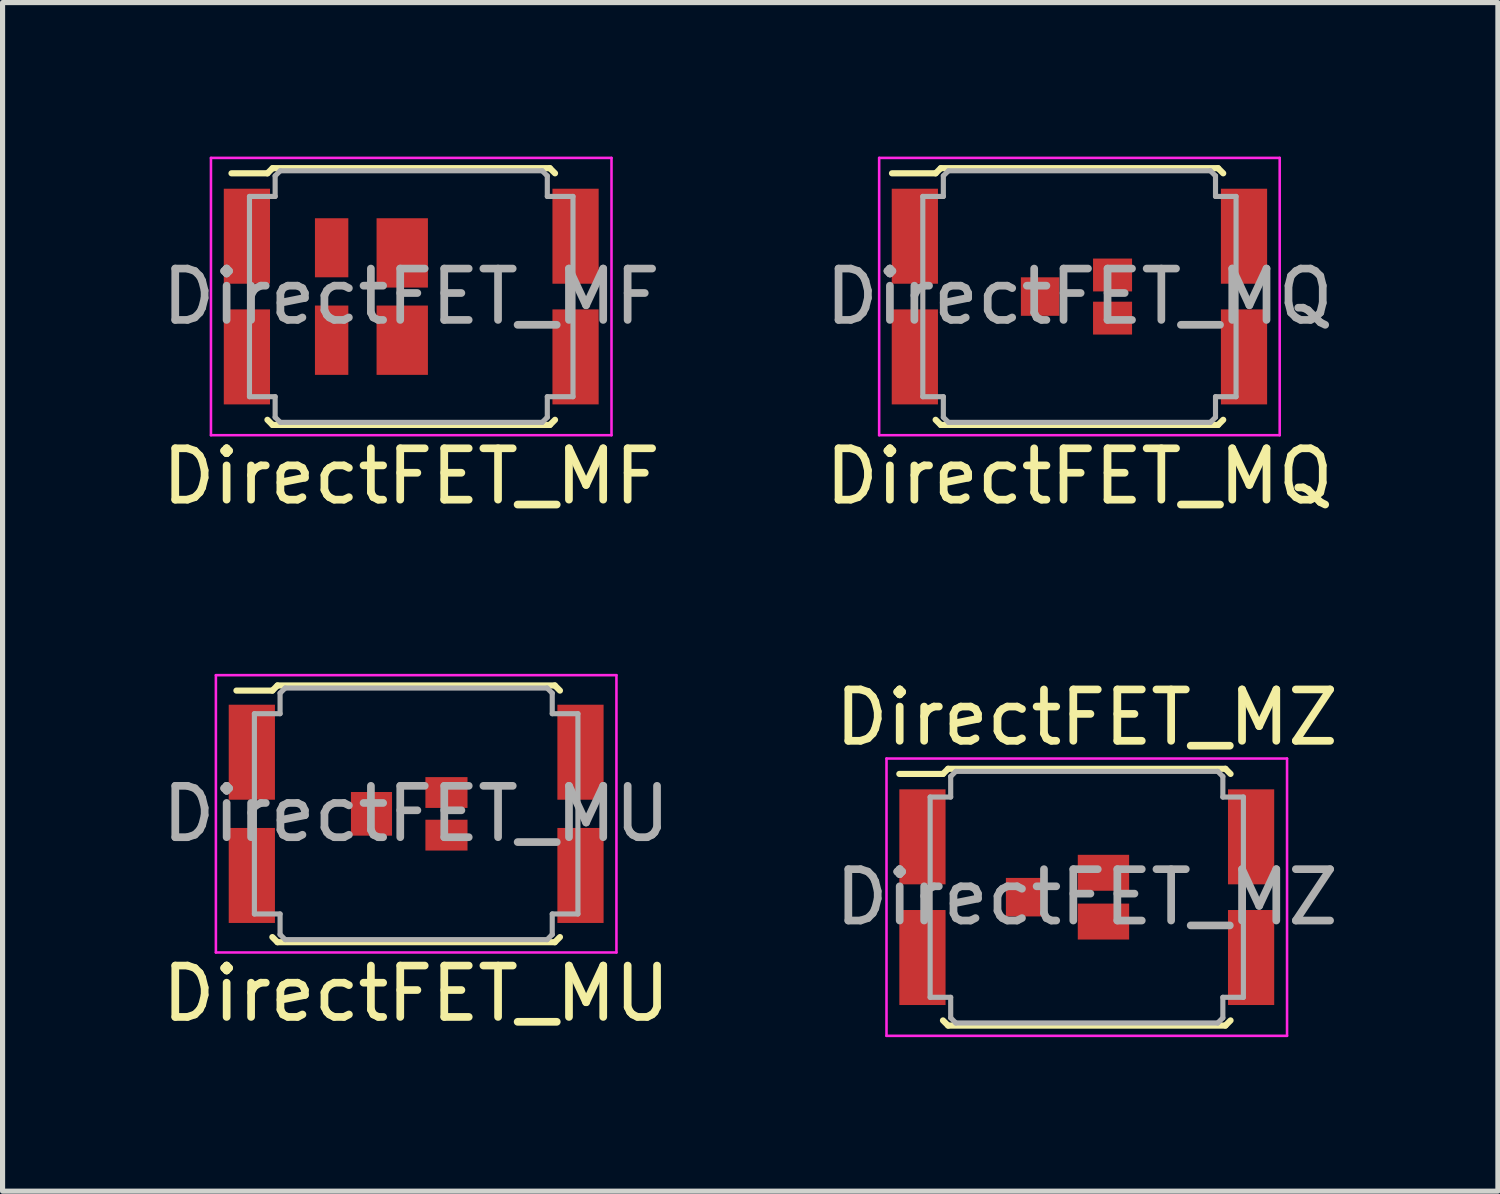
<source format=kicad_pcb>
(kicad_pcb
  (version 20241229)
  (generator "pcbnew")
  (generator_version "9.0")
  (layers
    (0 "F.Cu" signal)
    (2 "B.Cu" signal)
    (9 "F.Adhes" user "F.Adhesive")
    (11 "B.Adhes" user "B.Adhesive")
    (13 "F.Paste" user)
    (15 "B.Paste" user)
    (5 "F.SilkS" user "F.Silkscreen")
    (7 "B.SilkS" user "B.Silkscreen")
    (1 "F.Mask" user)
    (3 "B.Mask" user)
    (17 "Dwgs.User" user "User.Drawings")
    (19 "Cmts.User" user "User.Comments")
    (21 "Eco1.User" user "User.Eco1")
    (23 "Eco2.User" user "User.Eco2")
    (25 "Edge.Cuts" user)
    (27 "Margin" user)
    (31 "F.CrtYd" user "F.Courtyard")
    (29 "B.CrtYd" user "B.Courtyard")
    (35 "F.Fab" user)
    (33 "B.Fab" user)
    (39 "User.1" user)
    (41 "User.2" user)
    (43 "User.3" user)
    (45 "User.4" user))
  (footprint "DirectFET_MU"
    (layer "F.Cu")
    (at 5.054 12.798)
    (property "Reference" "DirectFET_MU" (at 0 3.5 0) (layer "F.SilkS") (effects (font (size 1 1) (thickness 0.15))))
    (attr smd)
    (fp_line (start -3.5 -2.4) (end -2.8 -2.4) (stroke (width 0.12) (type solid)) (layer "F.SilkS"))
    (fp_line (start -2.8 -2.4) (end -2.7 -2.5) (stroke (width 0.12) (type solid)) (layer "F.SilkS"))
    (fp_line (start -2.7 -2.5) (end 2.7 -2.5) (stroke (width 0.12) (type solid)) (layer "F.SilkS"))
    (fp_line (start -2.7 2.5) (end -2.8 2.4) (stroke (width 0.12) (type solid)) (layer "F.SilkS"))
    (fp_line (start 2.7 -2.5) (end 2.8 -2.4) (stroke (width 0.12) (type solid)) (layer "F.SilkS"))
    (fp_line (start 2.7 2.5) (end -2.7 2.5) (stroke (width 0.12) (type solid)) (layer "F.SilkS"))
    (fp_line (start 2.8 2.4) (end 2.7 2.5) (stroke (width 0.12) (type solid)) (layer "F.SilkS"))
    (fp_line (start -3.9 -2.7) (end -3.9 2.7) (stroke (width 0.05) (type solid)) (layer "F.CrtYd"))
    (fp_line (start -3.9 2.7) (end 3.9 2.7) (stroke (width 0.05) (type solid)) (layer "F.CrtYd"))
    (fp_line (start 3.9 -2.7) (end -3.9 -2.7) (stroke (width 0.05) (type solid)) (layer "F.CrtYd"))
    (fp_line (start 3.9 2.7) (end 3.9 -2.7) (stroke (width 0.05) (type solid)) (layer "F.CrtYd"))
    (fp_line (start -3.15 -1.95) (end -2.65 -1.95) (stroke (width 0.1) (type solid)) (layer "F.Fab"))
    (fp_line (start -3.15 1.95) (end -3.15 -1.95) (stroke (width 0.1) (type solid)) (layer "F.Fab"))
    (fp_line (start -3.15 1.95) (end -2.65 1.95) (stroke (width 0.1) (type solid)) (layer "F.Fab"))
    (fp_line (start -2.65 -2.35) (end -2.55 -2.45) (stroke (width 0.1) (type solid)) (layer "F.Fab"))
    (fp_line (start -2.65 -1.95) (end -2.65 -2.35) (stroke (width 0.1) (type solid)) (layer "F.Fab"))
    (fp_line (start -2.65 1.95) (end -2.65 2.35) (stroke (width 0.1) (type solid)) (layer "F.Fab"))
    (fp_line (start -2.65 2.35) (end -2.55 2.45) (stroke (width 0.1) (type solid)) (layer "F.Fab"))
    (fp_line (start -2.55 2.45) (end 2.55 2.45) (stroke (width 0.1) (type solid)) (layer "F.Fab"))
    (fp_line (start 2.55 -2.45) (end -2.55 -2.45) (stroke (width 0.1) (type solid)) (layer "F.Fab"))
    (fp_line (start 2.55 -2.45) (end 2.65 -2.35) (stroke (width 0.1) (type solid)) (layer "F.Fab"))
    (fp_line (start 2.65 -2.35) (end 2.65 -1.95) (stroke (width 0.1) (type solid)) (layer "F.Fab"))
    (fp_line (start 2.65 -1.95) (end 3.15 -1.95) (stroke (width 0.1) (type solid)) (layer "F.Fab"))
    (fp_line (start 2.65 1.95) (end 2.65 2.35) (stroke (width 0.1) (type solid)) (layer "F.Fab"))
    (fp_line (start 2.65 2.35) (end 2.55 2.45) (stroke (width 0.1) (type solid)) (layer "F.Fab"))
    (fp_line (start 3.15 -1.95) (end 3.15 1.95) (stroke (width 0.1) (type solid)) (layer "F.Fab"))
    (fp_line (start 3.15 1.95) (end 2.65 1.95) (stroke (width 0.1) (type solid)) (layer "F.Fab"))
    (fp_text user "${REFERENCE}" (at 0 0 0) (layer "F.Fab") (effects (font (size 1 1) (thickness 0.15))))
    (pad "1" smd rect (at -3.2 -1.2) (size 0.9 1.85) (layers "F.Cu" "F.Mask" "F.Paste"))
    (pad "1" smd rect (at -3.2 1.2) (size 0.9 1.85) (layers "F.Cu" "F.Mask" "F.Paste"))
    (pad "1" smd rect (at 3.2 -1.2) (size 0.9 1.85) (layers "F.Cu" "F.Mask" "F.Paste"))
    (pad "1" smd rect (at 3.2 1.2) (size 0.9 1.85) (layers "F.Cu" "F.Mask" "F.Paste"))
    (pad "2" smd rect (at -0.87 0) (size 0.8 0.85) (layers "F.Cu" "F.Mask" "F.Paste"))
    (pad "3" smd rect (at 0.59 -0.415) (size 0.82 0.6) (layers "F.Cu" "F.Mask" "F.Paste"))
    (pad "3" smd rect (at 0.59 0.415) (size 0.82 0.6) (layers "F.Cu" "F.Mask" "F.Paste")))
  (footprint "DirectFET_MF"
    (layer "F.Cu")
    (at 4.958 2.725)
    (property "Reference" "DirectFET_MF" (at 0 3.5 0) (layer "F.SilkS") (effects (font (size 1 1) (thickness 0.15))))
    (attr smd)
    (fp_line (start -3.5 -2.4) (end -2.8 -2.4) (stroke (width 0.12) (type solid)) (layer "F.SilkS"))
    (fp_line (start -2.8 -2.4) (end -2.7 -2.5) (stroke (width 0.12) (type solid)) (layer "F.SilkS"))
    (fp_line (start -2.7 -2.5) (end 2.7 -2.5) (stroke (width 0.12) (type solid)) (layer "F.SilkS"))
    (fp_line (start -2.7 2.5) (end -2.8 2.4) (stroke (width 0.12) (type solid)) (layer "F.SilkS"))
    (fp_line (start 2.7 -2.5) (end 2.8 -2.4) (stroke (width 0.12) (type solid)) (layer "F.SilkS"))
    (fp_line (start 2.7 2.5) (end -2.7 2.5) (stroke (width 0.12) (type solid)) (layer "F.SilkS"))
    (fp_line (start 2.8 2.4) (end 2.7 2.5) (stroke (width 0.12) (type solid)) (layer "F.SilkS"))
    (fp_line (start -3.9 -2.7) (end -3.9 2.7) (stroke (width 0.05) (type solid)) (layer "F.CrtYd"))
    (fp_line (start -3.9 2.7) (end 3.9 2.7) (stroke (width 0.05) (type solid)) (layer "F.CrtYd"))
    (fp_line (start 3.9 -2.7) (end -3.9 -2.7) (stroke (width 0.05) (type solid)) (layer "F.CrtYd"))
    (fp_line (start 3.9 2.7) (end 3.9 -2.7) (stroke (width 0.05) (type solid)) (layer "F.CrtYd"))
    (fp_line (start -3.15 -1.95) (end -2.65 -1.95) (stroke (width 0.1) (type solid)) (layer "F.Fab"))
    (fp_line (start -3.15 1.95) (end -3.15 -1.95) (stroke (width 0.1) (type solid)) (layer "F.Fab"))
    (fp_line (start -3.15 1.95) (end -2.65 1.95) (stroke (width 0.1) (type solid)) (layer "F.Fab"))
    (fp_line (start -2.65 -2.35) (end -2.55 -2.45) (stroke (width 0.1) (type solid)) (layer "F.Fab"))
    (fp_line (start -2.65 -1.95) (end -2.65 -2.35) (stroke (width 0.1) (type solid)) (layer "F.Fab"))
    (fp_line (start -2.65 1.95) (end -2.65 2.35) (stroke (width 0.1) (type solid)) (layer "F.Fab"))
    (fp_line (start -2.65 2.35) (end -2.55 2.45) (stroke (width 0.1) (type solid)) (layer "F.Fab"))
    (fp_line (start -2.55 2.45) (end 2.55 2.45) (stroke (width 0.1) (type solid)) (layer "F.Fab"))
    (fp_line (start 2.55 -2.45) (end -2.55 -2.45) (stroke (width 0.1) (type solid)) (layer "F.Fab"))
    (fp_line (start 2.55 -2.45) (end 2.65 -2.35) (stroke (width 0.1) (type solid)) (layer "F.Fab"))
    (fp_line (start 2.65 -2.35) (end 2.65 -1.95) (stroke (width 0.1) (type solid)) (layer "F.Fab"))
    (fp_line (start 2.65 -1.95) (end 3.15 -1.95) (stroke (width 0.1) (type solid)) (layer "F.Fab"))
    (fp_line (start 2.65 1.95) (end 2.65 2.35) (stroke (width 0.1) (type solid)) (layer "F.Fab"))
    (fp_line (start 2.65 2.35) (end 2.55 2.45) (stroke (width 0.1) (type solid)) (layer "F.Fab"))
    (fp_line (start 3.15 -1.95) (end 3.15 1.95) (stroke (width 0.1) (type solid)) (layer "F.Fab"))
    (fp_line (start 3.15 1.95) (end 2.65 1.95) (stroke (width 0.1) (type solid)) (layer "F.Fab"))
    (fp_text user "${REFERENCE}" (at 0 0 0) (layer "F.Fab") (effects (font (size 1 1) (thickness 0.15))))
    (pad "1" smd rect (at -3.2 -1.175) (size 0.9 1.85) (layers "F.Cu" "F.Mask" "F.Paste"))
    (pad "1" smd rect (at -3.2 1.175) (size 0.9 1.85) (layers "F.Cu" "F.Mask" "F.Paste"))
    (pad "1" smd rect (at 3.2 -1.175) (size 0.9 1.85) (layers "F.Cu" "F.Mask" "F.Paste"))
    (pad "1" smd rect (at 3.2 1.175) (size 0.9 1.85) (layers "F.Cu" "F.Mask" "F.Paste"))
    (pad "2" smd rect (at -1.55 -0.95) (size 0.65 1.15) (layers "F.Cu" "F.Mask" "F.Paste"))
    (pad "3" smd rect (at -1.55 0.85) (size 0.65 1.35) (layers "F.Cu" "F.Mask" "F.Paste"))
    (pad "3" smd rect (at -0.175 -0.85) (size 1 1.35) (layers "F.Cu" "F.Mask" "F.Paste"))
    (pad "3" smd rect (at -0.175 0.85) (size 1 1.35) (layers "F.Cu" "F.Mask" "F.Paste")))
  (footprint "DirectFET_MQ"
    (layer "F.Cu")
    (at 17.97 2.725)
    (property "Reference" "DirectFET_MQ" (at 0 3.5 0) (layer "F.SilkS") (effects (font (size 1 1) (thickness 0.15))))
    (attr smd)
    (fp_line (start -3.65 -2.4) (end -2.8 -2.4) (stroke (width 0.12) (type solid)) (layer "F.SilkS"))
    (fp_line (start -2.8 -2.4) (end -2.7 -2.5) (stroke (width 0.12) (type solid)) (layer "F.SilkS"))
    (fp_line (start -2.7 -2.5) (end 2.7 -2.5) (stroke (width 0.12) (type solid)) (layer "F.SilkS"))
    (fp_line (start -2.7 2.5) (end -2.8 2.4) (stroke (width 0.12) (type solid)) (layer "F.SilkS"))
    (fp_line (start 2.7 -2.5) (end 2.8 -2.4) (stroke (width 0.12) (type solid)) (layer "F.SilkS"))
    (fp_line (start 2.7 2.5) (end -2.7 2.5) (stroke (width 0.12) (type solid)) (layer "F.SilkS"))
    (fp_line (start 2.8 2.4) (end 2.7 2.5) (stroke (width 0.12) (type solid)) (layer "F.SilkS"))
    (fp_line (start -3.9 -2.7) (end -3.9 2.7) (stroke (width 0.05) (type solid)) (layer "F.CrtYd"))
    (fp_line (start -3.9 2.7) (end 3.9 2.7) (stroke (width 0.05) (type solid)) (layer "F.CrtYd"))
    (fp_line (start 3.9 -2.7) (end -3.9 -2.7) (stroke (width 0.05) (type solid)) (layer "F.CrtYd"))
    (fp_line (start 3.9 2.7) (end 3.9 -2.7) (stroke (width 0.05) (type solid)) (layer "F.CrtYd"))
    (fp_line (start -3.05 -1.95) (end -2.65 -1.95) (stroke (width 0.1) (type solid)) (layer "F.Fab"))
    (fp_line (start -3.05 1.95) (end -3.05 -1.95) (stroke (width 0.1) (type solid)) (layer "F.Fab"))
    (fp_line (start -3.05 1.95) (end -2.65 1.95) (stroke (width 0.1) (type solid)) (layer "F.Fab"))
    (fp_line (start -2.65 -2.35) (end -2.55 -2.45) (stroke (width 0.1) (type solid)) (layer "F.Fab"))
    (fp_line (start -2.65 -1.95) (end -2.65 -2.35) (stroke (width 0.1) (type solid)) (layer "F.Fab"))
    (fp_line (start -2.65 1.95) (end -2.65 2.35) (stroke (width 0.1) (type solid)) (layer "F.Fab"))
    (fp_line (start -2.65 2.35) (end -2.55 2.45) (stroke (width 0.1) (type solid)) (layer "F.Fab"))
    (fp_line (start -2.55 2.45) (end 2.55 2.45) (stroke (width 0.1) (type solid)) (layer "F.Fab"))
    (fp_line (start 2.55 -2.45) (end -2.55 -2.45) (stroke (width 0.1) (type solid)) (layer "F.Fab"))
    (fp_line (start 2.55 -2.45) (end 2.65 -2.35) (stroke (width 0.1) (type solid)) (layer "F.Fab"))
    (fp_line (start 2.65 -2.35) (end 2.65 -1.95) (stroke (width 0.1) (type solid)) (layer "F.Fab"))
    (fp_line (start 2.65 -1.95) (end 3.05 -1.95) (stroke (width 0.1) (type solid)) (layer "F.Fab"))
    (fp_line (start 2.65 1.95) (end 2.65 2.35) (stroke (width 0.1) (type solid)) (layer "F.Fab"))
    (fp_line (start 2.65 2.35) (end 2.55 2.45) (stroke (width 0.1) (type solid)) (layer "F.Fab"))
    (fp_line (start 3.05 -1.95) (end 3.05 1.95) (stroke (width 0.1) (type solid)) (layer "F.Fab"))
    (fp_line (start 3.05 1.95) (end 2.65 1.95) (stroke (width 0.1) (type solid)) (layer "F.Fab"))
    (fp_text user "${REFERENCE}" (at 0 0 0) (layer "F.Fab") (effects (font (size 1 1) (thickness 0.15))))
    (pad "1" smd rect (at -3.205 -1.175) (size 0.9 1.85) (layers "F.Cu" "F.Mask" "F.Paste"))
    (pad "1" smd rect (at -3.205 1.175) (size 0.9 1.85) (layers "F.Cu" "F.Mask" "F.Paste"))
    (pad "1" smd rect (at 3.205 -1.175) (size 0.9 1.85) (layers "F.Cu" "F.Mask" "F.Paste"))
    (pad "1" smd rect (at 3.205 1.175) (size 0.9 1.85) (layers "F.Cu" "F.Mask" "F.Paste"))
    (pad "2" smd rect (at -0.765 0) (size 0.75 0.75) (layers "F.Cu" "F.Mask" "F.Paste"))
    (pad "3" smd rect (at 0.645 -0.42) (size 0.76 0.64) (layers "F.Cu" "F.Mask" "F.Paste"))
    (pad "3" smd rect (at 0.645 0.42) (size 0.76 0.64) (layers "F.Cu" "F.Mask" "F.Paste")))
  (footprint "DirectFET_MZ"
    (layer "F.Cu")
    (at 18.113 14.421)
    (property "Reference" "DirectFET_MZ" (at 0 -3.5 0) (layer "F.SilkS") (effects (font (size 1 1) (thickness 0.15))))
    (attr smd)
    (fp_line (start -3.65 -2.4) (end -2.8 -2.4) (stroke (width 0.12) (type solid)) (layer "F.SilkS"))
    (fp_line (start -2.8 -2.4) (end -2.7 -2.5) (stroke (width 0.12) (type solid)) (layer "F.SilkS"))
    (fp_line (start -2.7 -2.5) (end 2.7 -2.5) (stroke (width 0.12) (type solid)) (layer "F.SilkS"))
    (fp_line (start -2.7 2.5) (end -2.8 2.4) (stroke (width 0.12) (type solid)) (layer "F.SilkS"))
    (fp_line (start 2.7 -2.5) (end 2.8 -2.4) (stroke (width 0.12) (type solid)) (layer "F.SilkS"))
    (fp_line (start 2.7 2.5) (end -2.7 2.5) (stroke (width 0.12) (type solid)) (layer "F.SilkS"))
    (fp_line (start 2.8 2.4) (end 2.7 2.5) (stroke (width 0.12) (type solid)) (layer "F.SilkS"))
    (fp_line (start -3.9 -2.7) (end -3.9 2.7) (stroke (width 0.05) (type solid)) (layer "F.CrtYd"))
    (fp_line (start -3.9 2.7) (end 3.9 2.7) (stroke (width 0.05) (type solid)) (layer "F.CrtYd"))
    (fp_line (start 3.9 -2.7) (end -3.9 -2.7) (stroke (width 0.05) (type solid)) (layer "F.CrtYd"))
    (fp_line (start 3.9 2.7) (end 3.9 -2.7) (stroke (width 0.05) (type solid)) (layer "F.CrtYd"))
    (fp_line (start -3.05 -1.95) (end -2.65 -1.95) (stroke (width 0.1) (type solid)) (layer "F.Fab"))
    (fp_line (start -3.05 1.95) (end -3.05 -1.95) (stroke (width 0.1) (type solid)) (layer "F.Fab"))
    (fp_line (start -3.05 1.95) (end -2.65 1.95) (stroke (width 0.1) (type solid)) (layer "F.Fab"))
    (fp_line (start -2.65 -2.35) (end -2.55 -2.45) (stroke (width 0.1) (type solid)) (layer "F.Fab"))
    (fp_line (start -2.65 -1.95) (end -2.65 -2.35) (stroke (width 0.1) (type solid)) (layer "F.Fab"))
    (fp_line (start -2.65 1.95) (end -2.65 2.35) (stroke (width 0.1) (type solid)) (layer "F.Fab"))
    (fp_line (start -2.65 2.35) (end -2.55 2.45) (stroke (width 0.1) (type solid)) (layer "F.Fab"))
    (fp_line (start -2.55 2.45) (end 2.55 2.45) (stroke (width 0.1) (type solid)) (layer "F.Fab"))
    (fp_line (start 2.55 -2.45) (end -2.55 -2.45) (stroke (width 0.1) (type solid)) (layer "F.Fab"))
    (fp_line (start 2.55 -2.45) (end 2.65 -2.35) (stroke (width 0.1) (type solid)) (layer "F.Fab"))
    (fp_line (start 2.65 -2.35) (end 2.65 -1.95) (stroke (width 0.1) (type solid)) (layer "F.Fab"))
    (fp_line (start 2.65 -1.95) (end 3.05 -1.95) (stroke (width 0.1) (type solid)) (layer "F.Fab"))
    (fp_line (start 2.65 1.95) (end 2.65 2.35) (stroke (width 0.1) (type solid)) (layer "F.Fab"))
    (fp_line (start 2.65 2.35) (end 2.55 2.45) (stroke (width 0.1) (type solid)) (layer "F.Fab"))
    (fp_line (start 3.05 -1.95) (end 3.05 1.95) (stroke (width 0.1) (type solid)) (layer "F.Fab"))
    (fp_line (start 3.05 1.95) (end 2.65 1.95) (stroke (width 0.1) (type solid)) (layer "F.Fab"))
    (fp_text user "${REFERENCE}" (at 0 0 0) (layer "F.Fab") (effects (font (size 1 1) (thickness 0.15))))
    (pad "1" smd rect (at -3.2 -1.175) (size 0.9 1.85) (layers "F.Cu" "F.Mask" "F.Paste"))
    (pad "1" smd rect (at -3.2 1.175) (size 0.9 1.85) (layers "F.Cu" "F.Mask" "F.Paste"))
    (pad "1" smd rect (at 3.2 -1.175) (size 0.9 1.85) (layers "F.Cu" "F.Mask" "F.Paste"))
    (pad "1" smd rect (at 3.2 1.175) (size 0.9 1.85) (layers "F.Cu" "F.Mask" "F.Paste"))
    (pad "2" smd rect (at -1.2 0) (size 0.75 0.75) (layers "F.Cu" "F.Mask" "F.Paste"))
    (pad "3" smd rect (at 0.325 -0.475) (size 1 0.7) (layers "F.Cu" "F.Mask" "F.Paste"))
    (pad "3" smd rect (at 0.325 0.475) (size 1 0.7) (layers "F.Cu" "F.Mask" "F.Paste")))
  (gr_rect
    (start -3 -3)
    (end 26.119 20.146)
    (stroke (width 0.1) (type default))
    (fill no)
    (layer "Edge.Cuts")))
</source>
